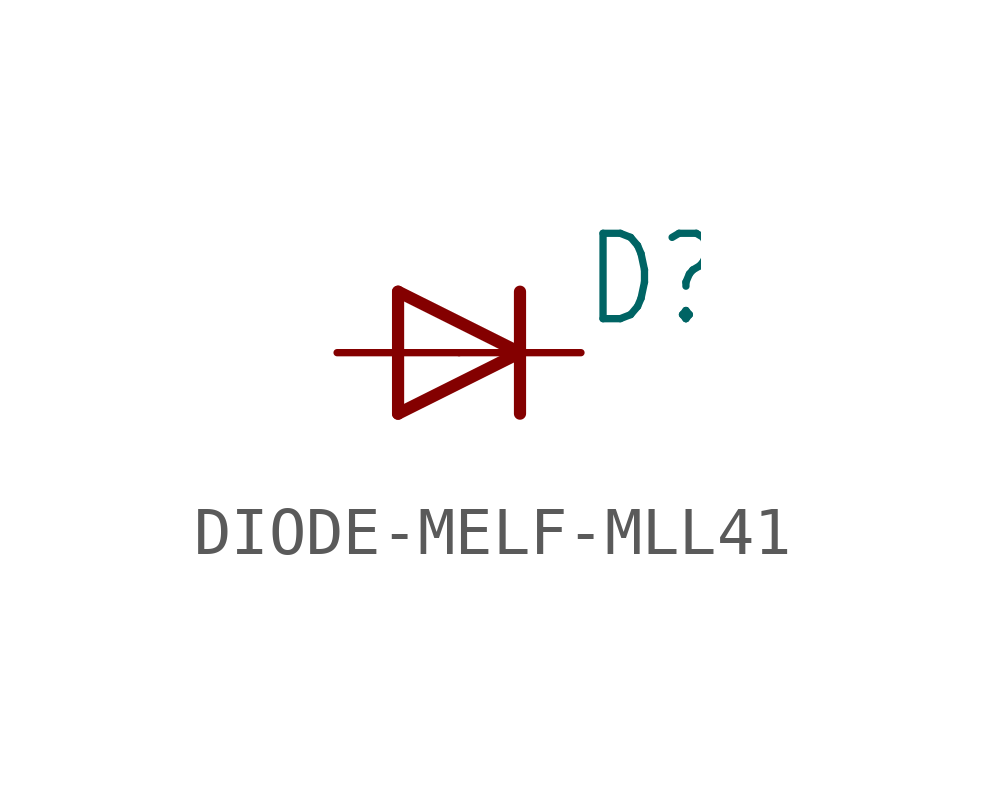
<source format=kicad_sym>
(kicad_symbol_lib
  (version 20241209)
  (generator "kicad_symbol_editor")
  (generator_version "9.0")
  (symbol "DIODE-MELF-MLL41"
    (property "Reference" "D"
      (at 2.54 0.483 0)
      (effects (font (size 1.778 1.511)) (justify left bottom)))
    (property "Value" ""
      (at 2.54 -2.311 0)
      (effects (font (size 1.778 1.511)) (justify left bottom)))
    (property "ki_locked" ""
      (at 0 0 0)
      (effects (font (size 1.27 1.27))))
    (symbol "DIODE-MELF-MLL41_1_0"
      (polyline (pts (xy -1.27 1.27) (xy -1.27 -1.27)) (stroke (width 0.254) (type solid)) (fill (type none)))
      (polyline (pts (xy -1.27 -1.27) (xy 1.27 0)) (stroke (width 0.254) (type solid)) (fill (type none)))
      (polyline (pts (xy 1.27 1.27) (xy 1.27 0)) (stroke (width 0.254) (type solid)) (fill (type none)))
      (polyline (pts (xy 1.27 0) (xy -1.27 1.27)) (stroke (width 0.254) (type solid)) (fill (type none)))
      (polyline (pts (xy 1.27 0) (xy 1.27 -1.27)) (stroke (width 0.254) (type solid)) (fill (type none)))
      (pin passive line (at -2.54 0 0) (length 2.54) (name "A" (effects (font (size 0 0)))) (number "A" (effects (font (size 0 0)))))
      (pin passive line (at 2.54 0 180) (length 2.54) (name "C" (effects (font (size 0 0)))) (number "C" (effects (font (size 0 0))))))))
</source>
